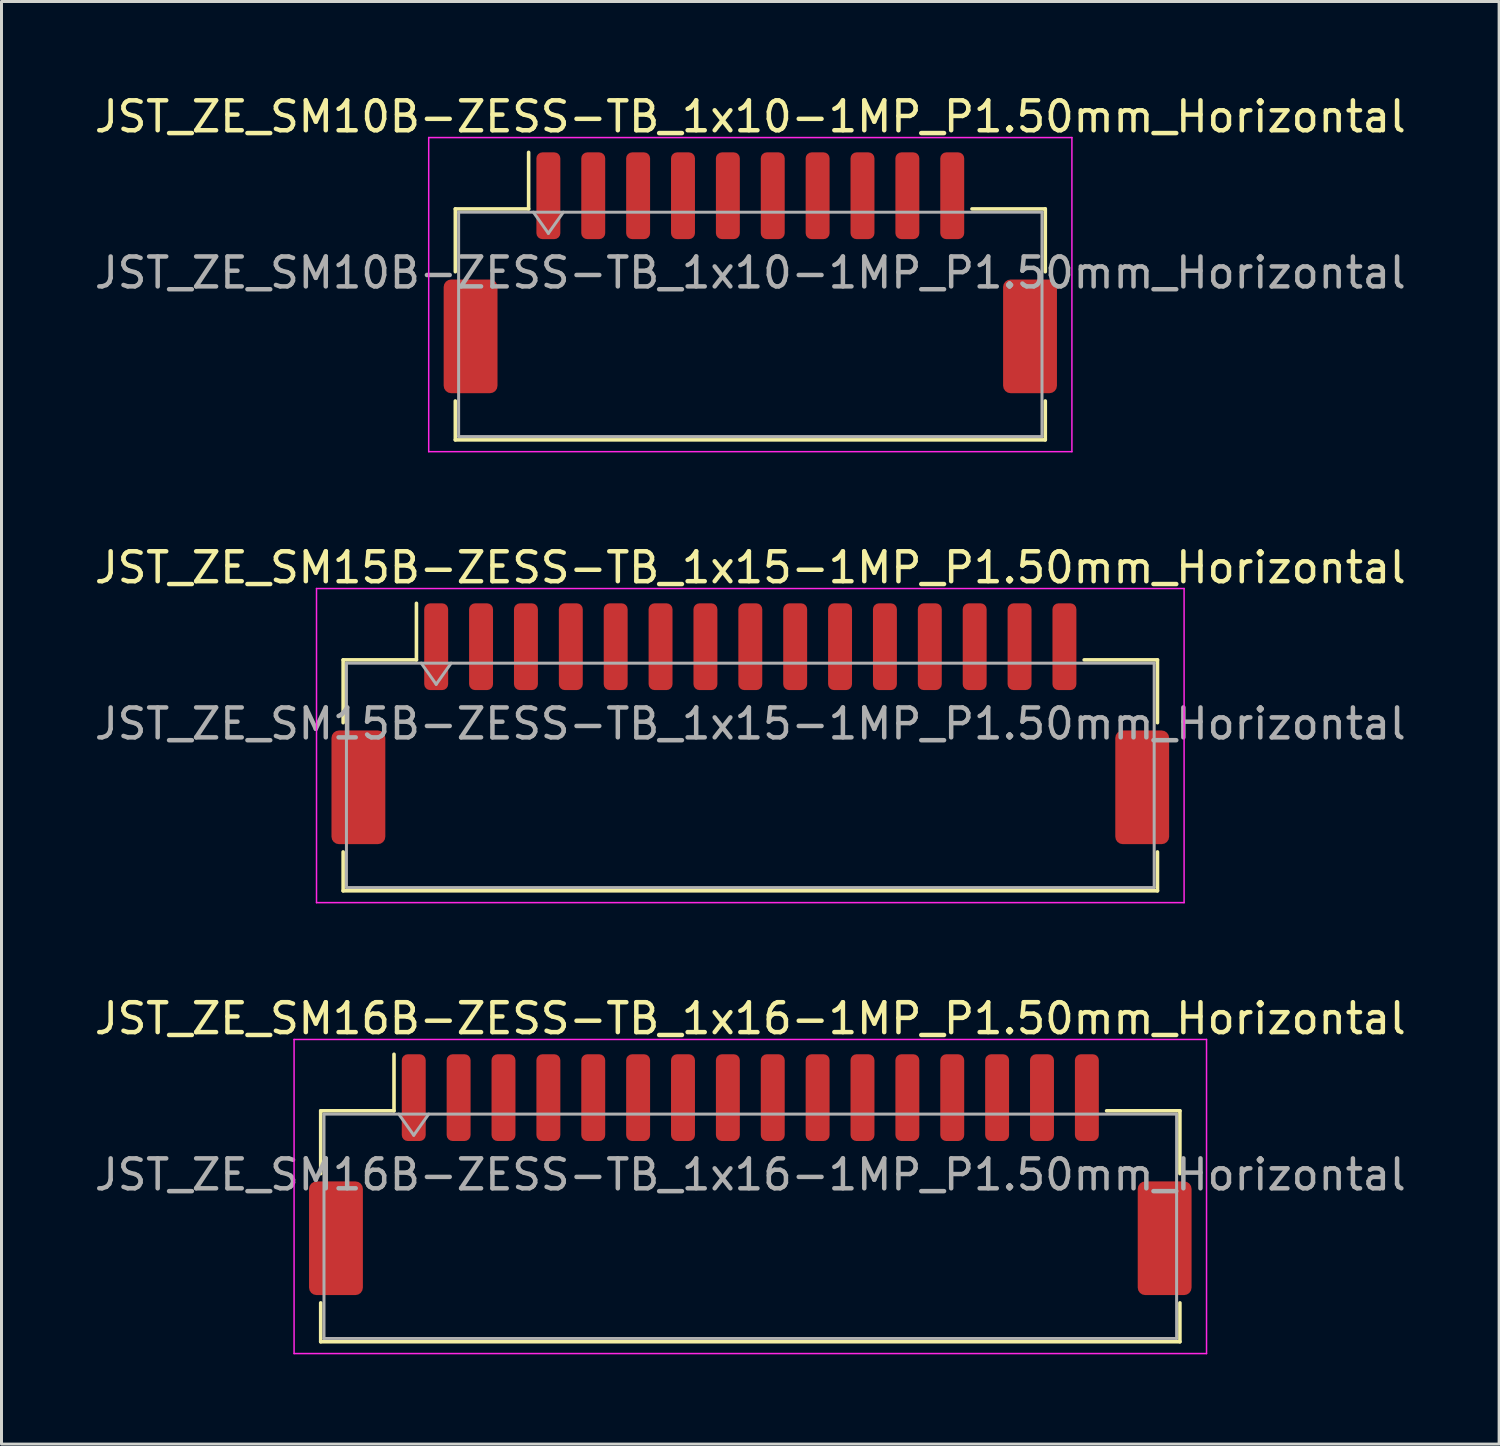
<source format=kicad_pcb>
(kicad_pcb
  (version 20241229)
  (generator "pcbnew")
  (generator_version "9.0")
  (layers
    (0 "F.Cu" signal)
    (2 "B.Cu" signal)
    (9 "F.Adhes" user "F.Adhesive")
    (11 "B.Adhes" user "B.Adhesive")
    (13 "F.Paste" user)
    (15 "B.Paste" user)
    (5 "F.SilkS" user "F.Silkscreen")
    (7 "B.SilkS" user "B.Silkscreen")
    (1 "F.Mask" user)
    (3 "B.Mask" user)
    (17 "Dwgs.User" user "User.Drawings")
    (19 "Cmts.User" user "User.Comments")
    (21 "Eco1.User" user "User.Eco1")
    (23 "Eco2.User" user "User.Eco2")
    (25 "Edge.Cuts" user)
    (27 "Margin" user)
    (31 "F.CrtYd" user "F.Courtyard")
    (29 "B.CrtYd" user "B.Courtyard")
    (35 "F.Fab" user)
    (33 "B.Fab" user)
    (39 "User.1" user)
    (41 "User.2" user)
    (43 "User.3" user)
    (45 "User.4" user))
  (footprint "JST_ZE_SM16B-ZESS-TB_1x16-1MP_P1.50mm_Horizontal"
    (layer "F.Cu")
    (at 22.03 36.215)
    (property "Reference" "JST_ZE_SM16B-ZESS-TB_1x16-1MP_P1.50mm_Horizontal" (at 0 -5.22 0) (layer "F.SilkS") (effects (font (size 1 1) (thickness 0.15))))
    (attr smd)
    (fp_line (start -14.36 -2.135) (end -11.91 -2.135) (stroke (width 0.12) (type solid)) (layer "F.SilkS"))
    (fp_line (start -14.36 -0.035) (end -14.36 -2.135) (stroke (width 0.12) (type solid)) (layer "F.SilkS"))
    (fp_line (start -14.36 4.285) (end -14.36 5.585) (stroke (width 0.12) (type solid)) (layer "F.SilkS"))
    (fp_line (start -14.36 5.585) (end 14.36 5.585) (stroke (width 0.12) (type solid)) (layer "F.SilkS"))
    (fp_line (start -11.91 -2.135) (end -11.91 -4.025) (stroke (width 0.12) (type solid)) (layer "F.SilkS"))
    (fp_line (start 14.36 -2.135) (end 11.91 -2.135) (stroke (width 0.12) (type solid)) (layer "F.SilkS"))
    (fp_line (start 14.36 -0.035) (end 14.36 -2.135) (stroke (width 0.12) (type solid)) (layer "F.SilkS"))
    (fp_line (start 14.36 5.585) (end 14.36 4.285) (stroke (width 0.12) (type solid)) (layer "F.SilkS"))
    (fp_line (start -15.25 -4.52) (end -15.25 5.98) (stroke (width 0.05) (type solid)) (layer "F.CrtYd"))
    (fp_line (start -15.25 5.98) (end 15.25 5.98) (stroke (width 0.05) (type solid)) (layer "F.CrtYd"))
    (fp_line (start 15.25 -4.52) (end -15.25 -4.52) (stroke (width 0.05) (type solid)) (layer "F.CrtYd"))
    (fp_line (start 15.25 5.98) (end 15.25 -4.52) (stroke (width 0.05) (type solid)) (layer "F.CrtYd"))
    (fp_line (start -14.25 -2.025) (end -14.25 5.475) (stroke (width 0.1) (type solid)) (layer "F.Fab"))
    (fp_line (start -14.25 -2.025) (end 14.25 -2.025) (stroke (width 0.1) (type solid)) (layer "F.Fab"))
    (fp_line (start -14.25 5.475) (end 14.25 5.475) (stroke (width 0.1) (type solid)) (layer "F.Fab"))
    (fp_line (start -11.75 -2.025) (end -11.25 -1.318) (stroke (width 0.1) (type solid)) (layer "F.Fab"))
    (fp_line (start -11.25 -1.318) (end -10.75 -2.025) (stroke (width 0.1) (type solid)) (layer "F.Fab"))
    (fp_line (start 14.25 -2.025) (end 14.25 5.475) (stroke (width 0.1) (type solid)) (layer "F.Fab"))
    (fp_text user "${REFERENCE}" (at 0 0 0) (layer "F.Fab") (effects (font (size 1 1) (thickness 0.15))))
    (pad "1" smd roundrect (at -11.25 -2.575) (size 0.8 2.9) (layers "F.Cu" "F.Mask" "F.Paste") (roundrect_rratio 0.25))
    (pad "2" smd roundrect (at -9.75 -2.575) (size 0.8 2.9) (layers "F.Cu" "F.Mask" "F.Paste") (roundrect_rratio 0.25))
    (pad "3" smd roundrect (at -8.25 -2.575) (size 0.8 2.9) (layers "F.Cu" "F.Mask" "F.Paste") (roundrect_rratio 0.25))
    (pad "4" smd roundrect (at -6.75 -2.575) (size 0.8 2.9) (layers "F.Cu" "F.Mask" "F.Paste") (roundrect_rratio 0.25))
    (pad "5" smd roundrect (at -5.25 -2.575) (size 0.8 2.9) (layers "F.Cu" "F.Mask" "F.Paste") (roundrect_rratio 0.25))
    (pad "6" smd roundrect (at -3.75 -2.575) (size 0.8 2.9) (layers "F.Cu" "F.Mask" "F.Paste") (roundrect_rratio 0.25))
    (pad "7" smd roundrect (at -2.25 -2.575) (size 0.8 2.9) (layers "F.Cu" "F.Mask" "F.Paste") (roundrect_rratio 0.25))
    (pad "8" smd roundrect (at -0.75 -2.575) (size 0.8 2.9) (layers "F.Cu" "F.Mask" "F.Paste") (roundrect_rratio 0.25))
    (pad "9" smd roundrect (at 0.75 -2.575) (size 0.8 2.9) (layers "F.Cu" "F.Mask" "F.Paste") (roundrect_rratio 0.25))
    (pad "10" smd roundrect (at 2.25 -2.575) (size 0.8 2.9) (layers "F.Cu" "F.Mask" "F.Paste") (roundrect_rratio 0.25))
    (pad "11" smd roundrect (at 3.75 -2.575) (size 0.8 2.9) (layers "F.Cu" "F.Mask" "F.Paste") (roundrect_rratio 0.25))
    (pad "12" smd roundrect (at 5.25 -2.575) (size 0.8 2.9) (layers "F.Cu" "F.Mask" "F.Paste") (roundrect_rratio 0.25))
    (pad "13" smd roundrect (at 6.75 -2.575) (size 0.8 2.9) (layers "F.Cu" "F.Mask" "F.Paste") (roundrect_rratio 0.25))
    (pad "14" smd roundrect (at 8.25 -2.575) (size 0.8 2.9) (layers "F.Cu" "F.Mask" "F.Paste") (roundrect_rratio 0.25))
    (pad "15" smd roundrect (at 9.75 -2.575) (size 0.8 2.9) (layers "F.Cu" "F.Mask" "F.Paste") (roundrect_rratio 0.25))
    (pad "16" smd roundrect (at 11.25 -2.575) (size 0.8 2.9) (layers "F.Cu" "F.Mask" "F.Paste") (roundrect_rratio 0.25))
    (pad "MP" smd roundrect (at -13.85 2.125) (size 1.8 3.8) (layers "F.Cu" "F.Mask" "F.Paste") (roundrect_rratio 0.139))
    (pad "MP" smd roundrect (at 13.85 2.125) (size 1.8 3.8) (layers "F.Cu" "F.Mask" "F.Paste") (roundrect_rratio 0.139)))
  (footprint "JST_ZE_SM15B-ZESS-TB_1x15-1MP_P1.50mm_Horizontal"
    (layer "F.Cu")
    (at 22.03 21.142)
    (property "Reference" "JST_ZE_SM15B-ZESS-TB_1x15-1MP_P1.50mm_Horizontal" (at 0 -5.22 0) (layer "F.SilkS") (effects (font (size 1 1) (thickness 0.15))))
    (attr smd)
    (fp_line (start -13.61 -2.135) (end -11.16 -2.135) (stroke (width 0.12) (type solid)) (layer "F.SilkS"))
    (fp_line (start -13.61 -0.035) (end -13.61 -2.135) (stroke (width 0.12) (type solid)) (layer "F.SilkS"))
    (fp_line (start -13.61 4.285) (end -13.61 5.585) (stroke (width 0.12) (type solid)) (layer "F.SilkS"))
    (fp_line (start -13.61 5.585) (end 13.61 5.585) (stroke (width 0.12) (type solid)) (layer "F.SilkS"))
    (fp_line (start -11.16 -2.135) (end -11.16 -4.025) (stroke (width 0.12) (type solid)) (layer "F.SilkS"))
    (fp_line (start 13.61 -2.135) (end 11.16 -2.135) (stroke (width 0.12) (type solid)) (layer "F.SilkS"))
    (fp_line (start 13.61 -0.035) (end 13.61 -2.135) (stroke (width 0.12) (type solid)) (layer "F.SilkS"))
    (fp_line (start 13.61 5.585) (end 13.61 4.285) (stroke (width 0.12) (type solid)) (layer "F.SilkS"))
    (fp_line (start -14.5 -4.52) (end -14.5 5.98) (stroke (width 0.05) (type solid)) (layer "F.CrtYd"))
    (fp_line (start -14.5 5.98) (end 14.5 5.98) (stroke (width 0.05) (type solid)) (layer "F.CrtYd"))
    (fp_line (start 14.5 -4.52) (end -14.5 -4.52) (stroke (width 0.05) (type solid)) (layer "F.CrtYd"))
    (fp_line (start 14.5 5.98) (end 14.5 -4.52) (stroke (width 0.05) (type solid)) (layer "F.CrtYd"))
    (fp_line (start -13.5 -2.025) (end -13.5 5.475) (stroke (width 0.1) (type solid)) (layer "F.Fab"))
    (fp_line (start -13.5 -2.025) (end 13.5 -2.025) (stroke (width 0.1) (type solid)) (layer "F.Fab"))
    (fp_line (start -13.5 5.475) (end 13.5 5.475) (stroke (width 0.1) (type solid)) (layer "F.Fab"))
    (fp_line (start -11 -2.025) (end -10.5 -1.318) (stroke (width 0.1) (type solid)) (layer "F.Fab"))
    (fp_line (start -10.5 -1.318) (end -10 -2.025) (stroke (width 0.1) (type solid)) (layer "F.Fab"))
    (fp_line (start 13.5 -2.025) (end 13.5 5.475) (stroke (width 0.1) (type solid)) (layer "F.Fab"))
    (fp_text user "${REFERENCE}" (at 0 0 0) (layer "F.Fab") (effects (font (size 1 1) (thickness 0.15))))
    (pad "1" smd roundrect (at -10.5 -2.575) (size 0.8 2.9) (layers "F.Cu" "F.Mask" "F.Paste") (roundrect_rratio 0.25))
    (pad "2" smd roundrect (at -9 -2.575) (size 0.8 2.9) (layers "F.Cu" "F.Mask" "F.Paste") (roundrect_rratio 0.25))
    (pad "3" smd roundrect (at -7.5 -2.575) (size 0.8 2.9) (layers "F.Cu" "F.Mask" "F.Paste") (roundrect_rratio 0.25))
    (pad "4" smd roundrect (at -6 -2.575) (size 0.8 2.9) (layers "F.Cu" "F.Mask" "F.Paste") (roundrect_rratio 0.25))
    (pad "5" smd roundrect (at -4.5 -2.575) (size 0.8 2.9) (layers "F.Cu" "F.Mask" "F.Paste") (roundrect_rratio 0.25))
    (pad "6" smd roundrect (at -3 -2.575) (size 0.8 2.9) (layers "F.Cu" "F.Mask" "F.Paste") (roundrect_rratio 0.25))
    (pad "7" smd roundrect (at -1.5 -2.575) (size 0.8 2.9) (layers "F.Cu" "F.Mask" "F.Paste") (roundrect_rratio 0.25))
    (pad "8" smd roundrect (at 0 -2.575) (size 0.8 2.9) (layers "F.Cu" "F.Mask" "F.Paste") (roundrect_rratio 0.25))
    (pad "9" smd roundrect (at 1.5 -2.575) (size 0.8 2.9) (layers "F.Cu" "F.Mask" "F.Paste") (roundrect_rratio 0.25))
    (pad "10" smd roundrect (at 3 -2.575) (size 0.8 2.9) (layers "F.Cu" "F.Mask" "F.Paste") (roundrect_rratio 0.25))
    (pad "11" smd roundrect (at 4.5 -2.575) (size 0.8 2.9) (layers "F.Cu" "F.Mask" "F.Paste") (roundrect_rratio 0.25))
    (pad "12" smd roundrect (at 6 -2.575) (size 0.8 2.9) (layers "F.Cu" "F.Mask" "F.Paste") (roundrect_rratio 0.25))
    (pad "13" smd roundrect (at 7.5 -2.575) (size 0.8 2.9) (layers "F.Cu" "F.Mask" "F.Paste") (roundrect_rratio 0.25))
    (pad "14" smd roundrect (at 9 -2.575) (size 0.8 2.9) (layers "F.Cu" "F.Mask" "F.Paste") (roundrect_rratio 0.25))
    (pad "15" smd roundrect (at 10.5 -2.575) (size 0.8 2.9) (layers "F.Cu" "F.Mask" "F.Paste") (roundrect_rratio 0.25))
    (pad "MP" smd roundrect (at -13.1 2.125) (size 1.8 3.8) (layers "F.Cu" "F.Mask" "F.Paste") (roundrect_rratio 0.139))
    (pad "MP" smd roundrect (at 13.1 2.125) (size 1.8 3.8) (layers "F.Cu" "F.Mask" "F.Paste") (roundrect_rratio 0.139)))
  (footprint "JST_ZE_SM10B-ZESS-TB_1x10-1MP_P1.50mm_Horizontal"
    (layer "F.Cu")
    (at 22.03 6.068)
    (property "Reference" "JST_ZE_SM10B-ZESS-TB_1x10-1MP_P1.50mm_Horizontal" (at 0 -5.22 0) (layer "F.SilkS") (effects (font (size 1 1) (thickness 0.15))))
    (attr smd)
    (fp_line (start -9.86 -2.135) (end -7.41 -2.135) (stroke (width 0.12) (type solid)) (layer "F.SilkS"))
    (fp_line (start -9.86 -0.035) (end -9.86 -2.135) (stroke (width 0.12) (type solid)) (layer "F.SilkS"))
    (fp_line (start -9.86 4.285) (end -9.86 5.585) (stroke (width 0.12) (type solid)) (layer "F.SilkS"))
    (fp_line (start -9.86 5.585) (end 9.86 5.585) (stroke (width 0.12) (type solid)) (layer "F.SilkS"))
    (fp_line (start -7.41 -2.135) (end -7.41 -4.025) (stroke (width 0.12) (type solid)) (layer "F.SilkS"))
    (fp_line (start 9.86 -2.135) (end 7.41 -2.135) (stroke (width 0.12) (type solid)) (layer "F.SilkS"))
    (fp_line (start 9.86 -0.035) (end 9.86 -2.135) (stroke (width 0.12) (type solid)) (layer "F.SilkS"))
    (fp_line (start 9.86 5.585) (end 9.86 4.285) (stroke (width 0.12) (type solid)) (layer "F.SilkS"))
    (fp_line (start -10.75 -4.52) (end -10.75 5.98) (stroke (width 0.05) (type solid)) (layer "F.CrtYd"))
    (fp_line (start -10.75 5.98) (end 10.75 5.98) (stroke (width 0.05) (type solid)) (layer "F.CrtYd"))
    (fp_line (start 10.75 -4.52) (end -10.75 -4.52) (stroke (width 0.05) (type solid)) (layer "F.CrtYd"))
    (fp_line (start 10.75 5.98) (end 10.75 -4.52) (stroke (width 0.05) (type solid)) (layer "F.CrtYd"))
    (fp_line (start -9.75 -2.025) (end -9.75 5.475) (stroke (width 0.1) (type solid)) (layer "F.Fab"))
    (fp_line (start -9.75 -2.025) (end 9.75 -2.025) (stroke (width 0.1) (type solid)) (layer "F.Fab"))
    (fp_line (start -9.75 5.475) (end 9.75 5.475) (stroke (width 0.1) (type solid)) (layer "F.Fab"))
    (fp_line (start -7.25 -2.025) (end -6.75 -1.318) (stroke (width 0.1) (type solid)) (layer "F.Fab"))
    (fp_line (start -6.75 -1.318) (end -6.25 -2.025) (stroke (width 0.1) (type solid)) (layer "F.Fab"))
    (fp_line (start 9.75 -2.025) (end 9.75 5.475) (stroke (width 0.1) (type solid)) (layer "F.Fab"))
    (fp_text user "${REFERENCE}" (at 0 0 0) (layer "F.Fab") (effects (font (size 1 1) (thickness 0.15))))
    (pad "1" smd roundrect (at -6.75 -2.575) (size 0.8 2.9) (layers "F.Cu" "F.Mask" "F.Paste") (roundrect_rratio 0.25))
    (pad "2" smd roundrect (at -5.25 -2.575) (size 0.8 2.9) (layers "F.Cu" "F.Mask" "F.Paste") (roundrect_rratio 0.25))
    (pad "3" smd roundrect (at -3.75 -2.575) (size 0.8 2.9) (layers "F.Cu" "F.Mask" "F.Paste") (roundrect_rratio 0.25))
    (pad "4" smd roundrect (at -2.25 -2.575) (size 0.8 2.9) (layers "F.Cu" "F.Mask" "F.Paste") (roundrect_rratio 0.25))
    (pad "5" smd roundrect (at -0.75 -2.575) (size 0.8 2.9) (layers "F.Cu" "F.Mask" "F.Paste") (roundrect_rratio 0.25))
    (pad "6" smd roundrect (at 0.75 -2.575) (size 0.8 2.9) (layers "F.Cu" "F.Mask" "F.Paste") (roundrect_rratio 0.25))
    (pad "7" smd roundrect (at 2.25 -2.575) (size 0.8 2.9) (layers "F.Cu" "F.Mask" "F.Paste") (roundrect_rratio 0.25))
    (pad "8" smd roundrect (at 3.75 -2.575) (size 0.8 2.9) (layers "F.Cu" "F.Mask" "F.Paste") (roundrect_rratio 0.25))
    (pad "9" smd roundrect (at 5.25 -2.575) (size 0.8 2.9) (layers "F.Cu" "F.Mask" "F.Paste") (roundrect_rratio 0.25))
    (pad "10" smd roundrect (at 6.75 -2.575) (size 0.8 2.9) (layers "F.Cu" "F.Mask" "F.Paste") (roundrect_rratio 0.25))
    (pad "MP" smd roundrect (at -9.35 2.125) (size 1.8 3.8) (layers "F.Cu" "F.Mask" "F.Paste") (roundrect_rratio 0.139))
    (pad "MP" smd roundrect (at 9.35 2.125) (size 1.8 3.8) (layers "F.Cu" "F.Mask" "F.Paste") (roundrect_rratio 0.139)))
  (gr_rect
    (start -3 -3)
    (end 47.06 45.22)
    (stroke (width 0.1) (type default))
    (fill no)
    (layer "Edge.Cuts")))
</source>
